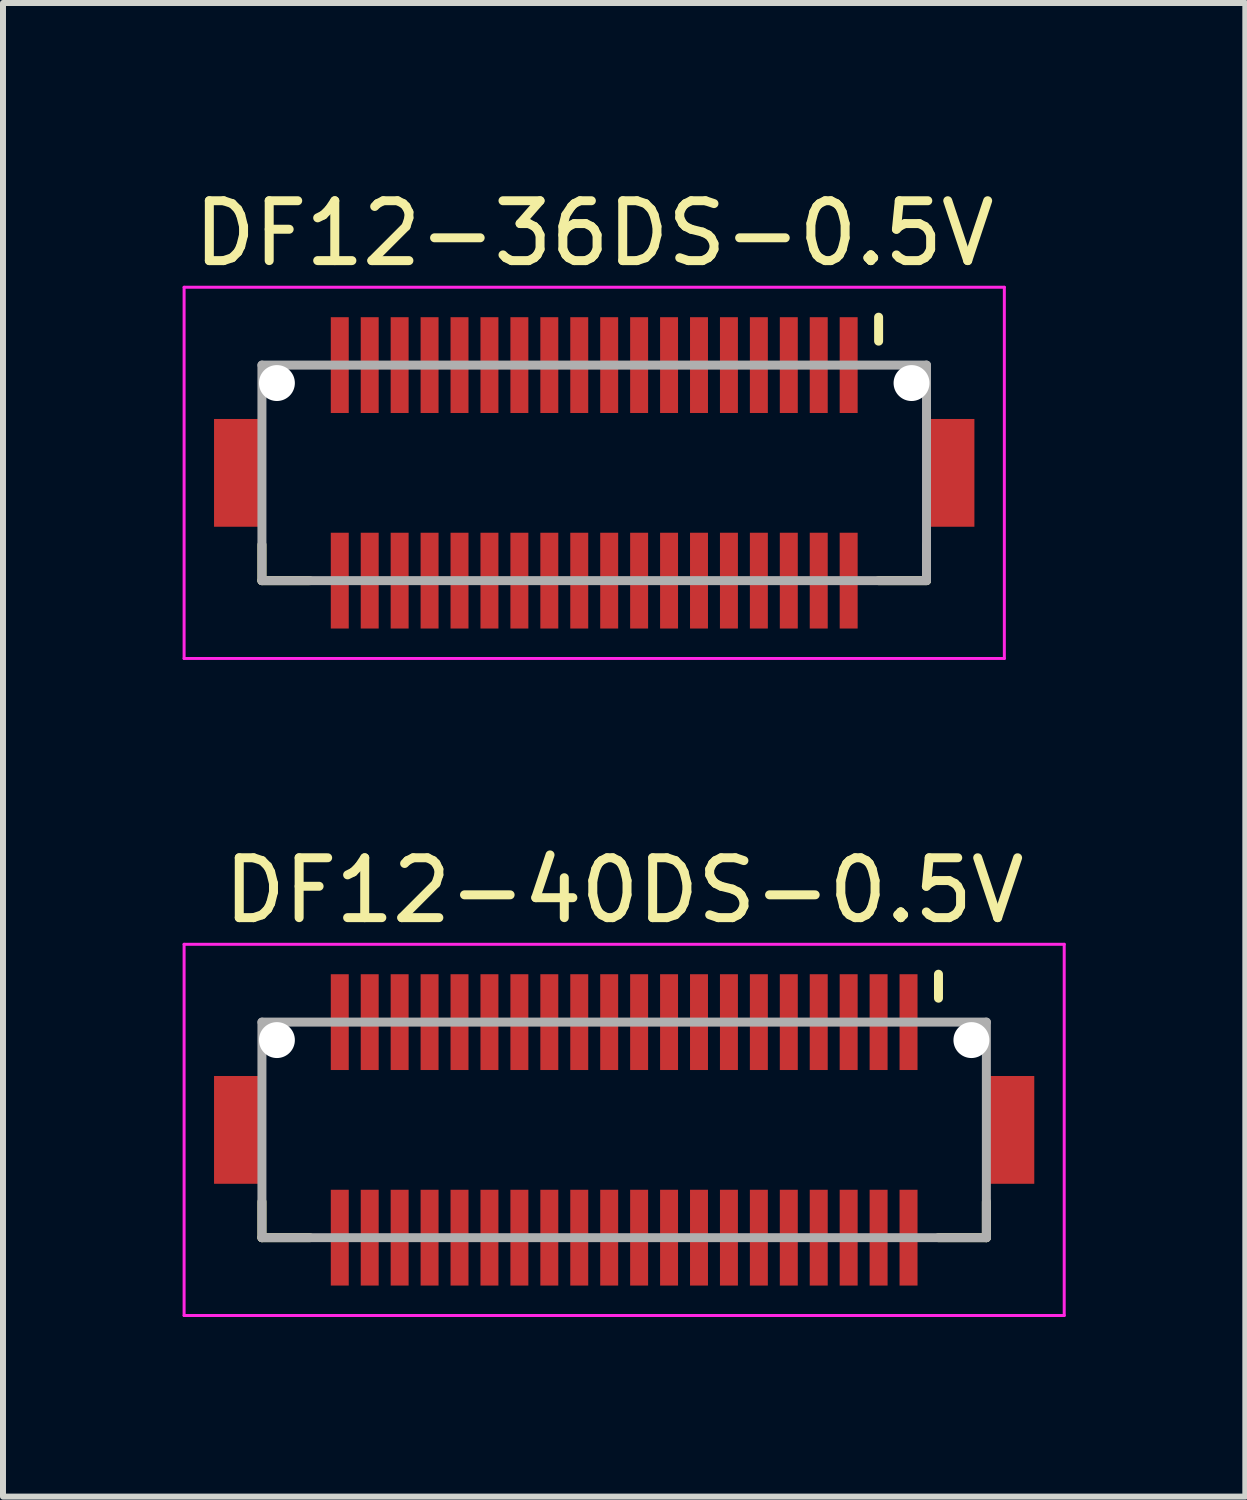
<source format=kicad_pcb>
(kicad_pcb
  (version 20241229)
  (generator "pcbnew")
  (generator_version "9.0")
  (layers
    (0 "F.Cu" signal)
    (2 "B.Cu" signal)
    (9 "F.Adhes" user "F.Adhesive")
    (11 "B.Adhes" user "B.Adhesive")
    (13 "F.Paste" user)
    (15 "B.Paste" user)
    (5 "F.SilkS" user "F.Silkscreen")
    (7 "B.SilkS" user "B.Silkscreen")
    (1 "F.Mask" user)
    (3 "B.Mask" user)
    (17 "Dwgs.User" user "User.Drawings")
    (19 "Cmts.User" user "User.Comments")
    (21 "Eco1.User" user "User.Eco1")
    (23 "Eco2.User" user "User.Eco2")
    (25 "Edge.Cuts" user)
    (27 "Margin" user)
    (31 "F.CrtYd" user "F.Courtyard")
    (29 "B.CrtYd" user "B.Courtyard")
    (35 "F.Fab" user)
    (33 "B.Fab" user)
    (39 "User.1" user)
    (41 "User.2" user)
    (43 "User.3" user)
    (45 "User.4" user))
  (footprint "DF12-40DS-0.5V"
    (layer "F.Cu")
    (at 7.375 15.822)
    (property "Reference" "DF12-40DS-0.5V" (at 0 -4 0) (layer "F.SilkS") (effects (font (size 1 1) (thickness 0.15))))
    (attr smd)
    (fp_line (start -6.05 1.2) (end -6.05 1.8) (stroke (width 0.15) (type solid)) (layer "F.SilkS"))
    (fp_line (start -6.05 1.8) (end -5.25 1.8) (stroke (width 0.15) (type solid)) (layer "F.SilkS"))
    (fp_line (start 5.25 -2.6) (end 5.25 -2.2) (stroke (width 0.15) (type solid)) (layer "F.SilkS"))
    (fp_line (start 5.25 1.8) (end 6.05 1.8) (stroke (width 0.15) (type solid)) (layer "F.SilkS"))
    (fp_line (start 6.05 1.2) (end 6.05 1.8) (stroke (width 0.15) (type solid)) (layer "F.SilkS"))
    (fp_line (start -7.35 -3.1) (end -7.35 3.1) (stroke (width 0.05) (type solid)) (layer "F.CrtYd"))
    (fp_line (start -7.35 -3.1) (end 7.35 -3.1) (stroke (width 0.05) (type solid)) (layer "F.CrtYd"))
    (fp_line (start -7.35 3.1) (end 7.35 3.1) (stroke (width 0.05) (type solid)) (layer "F.CrtYd"))
    (fp_line (start 7.35 -3.1) (end 7.35 3.1) (stroke (width 0.05) (type solid)) (layer "F.CrtYd"))
    (fp_line (start -6.05 -1.8) (end -6.05 1.8) (stroke (width 0.15) (type solid)) (layer "F.Fab"))
    (fp_line (start -6.05 -1.8) (end 6.05 -1.8) (stroke (width 0.15) (type solid)) (layer "F.Fab"))
    (fp_line (start -6.05 1.8) (end 6.05 1.8) (stroke (width 0.15) (type solid)) (layer "F.Fab"))
    (fp_line (start 6.05 -1.8) (end 6.05 1.8) (stroke (width 0.15) (type solid)) (layer "F.Fab"))
    (pad "" np_thru_hole circle (at -5.8 -1.5) (size 0.6 0.6) (drill 0.6) (layers "*.Cu" "*.Mask"))
    (pad "" np_thru_hole circle (at 5.8 -1.5) (size 0.6 0.6) (drill 0.6) (layers "*.Cu" "*.Mask"))
    (pad "1" smd rect (at 4.75 -1.8) (size 0.3 1.6) (layers "F.Cu" "F.Mask" "F.Paste"))
    (pad "2" smd rect (at 4.75 1.8) (size 0.3 1.6) (layers "F.Cu" "F.Mask" "F.Paste"))
    (pad "3" smd rect (at 4.25 -1.8) (size 0.3 1.6) (layers "F.Cu" "F.Mask" "F.Paste"))
    (pad "4" smd rect (at 4.25 1.8) (size 0.3 1.6) (layers "F.Cu" "F.Mask" "F.Paste"))
    (pad "5" smd rect (at 3.75 -1.8) (size 0.3 1.6) (layers "F.Cu" "F.Mask" "F.Paste"))
    (pad "6" smd rect (at 3.75 1.8) (size 0.3 1.6) (layers "F.Cu" "F.Mask" "F.Paste"))
    (pad "7" smd rect (at 3.25 -1.8) (size 0.3 1.6) (layers "F.Cu" "F.Mask" "F.Paste"))
    (pad "8" smd rect (at 3.25 1.8) (size 0.3 1.6) (layers "F.Cu" "F.Mask" "F.Paste"))
    (pad "9" smd rect (at 2.75 -1.8) (size 0.3 1.6) (layers "F.Cu" "F.Mask" "F.Paste"))
    (pad "10" smd rect (at 2.75 1.8) (size 0.3 1.6) (layers "F.Cu" "F.Mask" "F.Paste"))
    (pad "11" smd rect (at 2.25 -1.8) (size 0.3 1.6) (layers "F.Cu" "F.Mask" "F.Paste"))
    (pad "12" smd rect (at 2.25 1.8) (size 0.3 1.6) (layers "F.Cu" "F.Mask" "F.Paste"))
    (pad "13" smd rect (at 1.75 -1.8) (size 0.3 1.6) (layers "F.Cu" "F.Mask" "F.Paste"))
    (pad "14" smd rect (at 1.75 1.8) (size 0.3 1.6) (layers "F.Cu" "F.Mask" "F.Paste"))
    (pad "15" smd rect (at 1.25 -1.8) (size 0.3 1.6) (layers "F.Cu" "F.Mask" "F.Paste"))
    (pad "16" smd rect (at 1.25 1.8) (size 0.3 1.6) (layers "F.Cu" "F.Mask" "F.Paste"))
    (pad "17" smd rect (at 0.75 -1.8) (size 0.3 1.6) (layers "F.Cu" "F.Mask" "F.Paste"))
    (pad "18" smd rect (at 0.75 1.8) (size 0.3 1.6) (layers "F.Cu" "F.Mask" "F.Paste"))
    (pad "19" smd rect (at 0.25 -1.8) (size 0.3 1.6) (layers "F.Cu" "F.Mask" "F.Paste"))
    (pad "20" smd rect (at 0.25 1.8) (size 0.3 1.6) (layers "F.Cu" "F.Mask" "F.Paste"))
    (pad "21" smd rect (at -0.25 -1.8) (size 0.3 1.6) (layers "F.Cu" "F.Mask" "F.Paste"))
    (pad "22" smd rect (at -0.25 1.8) (size 0.3 1.6) (layers "F.Cu" "F.Mask" "F.Paste"))
    (pad "23" smd rect (at -0.75 -1.8) (size 0.3 1.6) (layers "F.Cu" "F.Mask" "F.Paste"))
    (pad "24" smd rect (at -0.75 1.8) (size 0.3 1.6) (layers "F.Cu" "F.Mask" "F.Paste"))
    (pad "25" smd rect (at -1.25 -1.8) (size 0.3 1.6) (layers "F.Cu" "F.Mask" "F.Paste"))
    (pad "26" smd rect (at -1.25 1.8) (size 0.3 1.6) (layers "F.Cu" "F.Mask" "F.Paste"))
    (pad "27" smd rect (at -1.75 -1.8) (size 0.3 1.6) (layers "F.Cu" "F.Mask" "F.Paste"))
    (pad "28" smd rect (at -1.75 1.8) (size 0.3 1.6) (layers "F.Cu" "F.Mask" "F.Paste"))
    (pad "29" smd rect (at -2.25 -1.8) (size 0.3 1.6) (layers "F.Cu" "F.Mask" "F.Paste"))
    (pad "30" smd rect (at -2.25 1.8) (size 0.3 1.6) (layers "F.Cu" "F.Mask" "F.Paste"))
    (pad "31" smd rect (at -2.75 -1.8) (size 0.3 1.6) (layers "F.Cu" "F.Mask" "F.Paste"))
    (pad "32" smd rect (at -2.75 1.8) (size 0.3 1.6) (layers "F.Cu" "F.Mask" "F.Paste"))
    (pad "33" smd rect (at -3.25 -1.8) (size 0.3 1.6) (layers "F.Cu" "F.Mask" "F.Paste"))
    (pad "34" smd rect (at -3.25 1.8) (size 0.3 1.6) (layers "F.Cu" "F.Mask" "F.Paste"))
    (pad "35" smd rect (at -3.75 -1.8) (size 0.3 1.6) (layers "F.Cu" "F.Mask" "F.Paste"))
    (pad "36" smd rect (at -3.75 1.8) (size 0.3 1.6) (layers "F.Cu" "F.Mask" "F.Paste"))
    (pad "37" smd rect (at -4.25 -1.8) (size 0.3 1.6) (layers "F.Cu" "F.Mask" "F.Paste"))
    (pad "38" smd rect (at -4.25 1.8) (size 0.3 1.6) (layers "F.Cu" "F.Mask" "F.Paste"))
    (pad "39" smd rect (at -4.75 -1.8) (size 0.3 1.6) (layers "F.Cu" "F.Mask" "F.Paste"))
    (pad "40" smd rect (at -4.75 1.8) (size 0.3 1.6) (layers "F.Cu" "F.Mask" "F.Paste"))
    (pad "S" smd rect (at -6.45 0) (size 0.8 1.8) (layers "F.Cu" "F.Mask" "F.Paste"))
    (pad "S" smd rect (at 6.45 0) (size 0.8 1.8) (layers "F.Cu" "F.Mask" "F.Paste")))
  (footprint "DF12-36DS-0.5V"
    (layer "F.Cu")
    (at 6.875 4.848)
    (property "Reference" "DF12-36DS-0.5V" (at 0 -4 0) (layer "F.SilkS") (effects (font (size 1 1) (thickness 0.15))))
    (attr smd)
    (fp_line (start -5.55 1.2) (end -5.55 1.8) (stroke (width 0.15) (type solid)) (layer "F.SilkS"))
    (fp_line (start -5.55 1.8) (end -4.75 1.8) (stroke (width 0.15) (type solid)) (layer "F.SilkS"))
    (fp_line (start 4.75 -2.6) (end 4.75 -2.2) (stroke (width 0.15) (type solid)) (layer "F.SilkS"))
    (fp_line (start 4.75 1.8) (end 5.55 1.8) (stroke (width 0.15) (type solid)) (layer "F.SilkS"))
    (fp_line (start 5.55 1.2) (end 5.55 1.8) (stroke (width 0.15) (type solid)) (layer "F.SilkS"))
    (fp_line (start -6.85 -3.1) (end -6.85 3.1) (stroke (width 0.05) (type solid)) (layer "F.CrtYd"))
    (fp_line (start -6.85 -3.1) (end 6.85 -3.1) (stroke (width 0.05) (type solid)) (layer "F.CrtYd"))
    (fp_line (start -6.85 3.1) (end 6.85 3.1) (stroke (width 0.05) (type solid)) (layer "F.CrtYd"))
    (fp_line (start 6.85 -3.1) (end 6.85 3.1) (stroke (width 0.05) (type solid)) (layer "F.CrtYd"))
    (fp_line (start -5.55 -1.8) (end -5.55 1.8) (stroke (width 0.15) (type solid)) (layer "F.Fab"))
    (fp_line (start -5.55 -1.8) (end 5.55 -1.8) (stroke (width 0.15) (type solid)) (layer "F.Fab"))
    (fp_line (start -5.55 1.8) (end 5.55 1.8) (stroke (width 0.15) (type solid)) (layer "F.Fab"))
    (fp_line (start 5.55 -1.8) (end 5.55 1.8) (stroke (width 0.15) (type solid)) (layer "F.Fab"))
    (pad "" np_thru_hole circle (at -5.3 -1.5) (size 0.6 0.6) (drill 0.6) (layers "*.Cu" "*.Mask"))
    (pad "" np_thru_hole circle (at 5.3 -1.5) (size 0.6 0.6) (drill 0.6) (layers "*.Cu" "*.Mask"))
    (pad "1" smd rect (at 4.25 -1.8) (size 0.3 1.6) (layers "F.Cu" "F.Mask" "F.Paste"))
    (pad "2" smd rect (at 4.25 1.8) (size 0.3 1.6) (layers "F.Cu" "F.Mask" "F.Paste"))
    (pad "3" smd rect (at 3.75 -1.8) (size 0.3 1.6) (layers "F.Cu" "F.Mask" "F.Paste"))
    (pad "4" smd rect (at 3.75 1.8) (size 0.3 1.6) (layers "F.Cu" "F.Mask" "F.Paste"))
    (pad "5" smd rect (at 3.25 -1.8) (size 0.3 1.6) (layers "F.Cu" "F.Mask" "F.Paste"))
    (pad "6" smd rect (at 3.25 1.8) (size 0.3 1.6) (layers "F.Cu" "F.Mask" "F.Paste"))
    (pad "7" smd rect (at 2.75 -1.8) (size 0.3 1.6) (layers "F.Cu" "F.Mask" "F.Paste"))
    (pad "8" smd rect (at 2.75 1.8) (size 0.3 1.6) (layers "F.Cu" "F.Mask" "F.Paste"))
    (pad "9" smd rect (at 2.25 -1.8) (size 0.3 1.6) (layers "F.Cu" "F.Mask" "F.Paste"))
    (pad "10" smd rect (at 2.25 1.8) (size 0.3 1.6) (layers "F.Cu" "F.Mask" "F.Paste"))
    (pad "11" smd rect (at 1.75 -1.8) (size 0.3 1.6) (layers "F.Cu" "F.Mask" "F.Paste"))
    (pad "12" smd rect (at 1.75 1.8) (size 0.3 1.6) (layers "F.Cu" "F.Mask" "F.Paste"))
    (pad "13" smd rect (at 1.25 -1.8) (size 0.3 1.6) (layers "F.Cu" "F.Mask" "F.Paste"))
    (pad "14" smd rect (at 1.25 1.8) (size 0.3 1.6) (layers "F.Cu" "F.Mask" "F.Paste"))
    (pad "15" smd rect (at 0.75 -1.8) (size 0.3 1.6) (layers "F.Cu" "F.Mask" "F.Paste"))
    (pad "16" smd rect (at 0.75 1.8) (size 0.3 1.6) (layers "F.Cu" "F.Mask" "F.Paste"))
    (pad "17" smd rect (at 0.25 -1.8) (size 0.3 1.6) (layers "F.Cu" "F.Mask" "F.Paste"))
    (pad "18" smd rect (at 0.25 1.8) (size 0.3 1.6) (layers "F.Cu" "F.Mask" "F.Paste"))
    (pad "19" smd rect (at -0.25 -1.8) (size 0.3 1.6) (layers "F.Cu" "F.Mask" "F.Paste"))
    (pad "20" smd rect (at -0.25 1.8) (size 0.3 1.6) (layers "F.Cu" "F.Mask" "F.Paste"))
    (pad "21" smd rect (at -0.75 -1.8) (size 0.3 1.6) (layers "F.Cu" "F.Mask" "F.Paste"))
    (pad "22" smd rect (at -0.75 1.8) (size 0.3 1.6) (layers "F.Cu" "F.Mask" "F.Paste"))
    (pad "23" smd rect (at -1.25 -1.8) (size 0.3 1.6) (layers "F.Cu" "F.Mask" "F.Paste"))
    (pad "24" smd rect (at -1.25 1.8) (size 0.3 1.6) (layers "F.Cu" "F.Mask" "F.Paste"))
    (pad "25" smd rect (at -1.75 -1.8) (size 0.3 1.6) (layers "F.Cu" "F.Mask" "F.Paste"))
    (pad "26" smd rect (at -1.75 1.8) (size 0.3 1.6) (layers "F.Cu" "F.Mask" "F.Paste"))
    (pad "27" smd rect (at -2.25 -1.8) (size 0.3 1.6) (layers "F.Cu" "F.Mask" "F.Paste"))
    (pad "28" smd rect (at -2.25 1.8) (size 0.3 1.6) (layers "F.Cu" "F.Mask" "F.Paste"))
    (pad "29" smd rect (at -2.75 -1.8) (size 0.3 1.6) (layers "F.Cu" "F.Mask" "F.Paste"))
    (pad "30" smd rect (at -2.75 1.8) (size 0.3 1.6) (layers "F.Cu" "F.Mask" "F.Paste"))
    (pad "31" smd rect (at -3.25 -1.8) (size 0.3 1.6) (layers "F.Cu" "F.Mask" "F.Paste"))
    (pad "32" smd rect (at -3.25 1.8) (size 0.3 1.6) (layers "F.Cu" "F.Mask" "F.Paste"))
    (pad "33" smd rect (at -3.75 -1.8) (size 0.3 1.6) (layers "F.Cu" "F.Mask" "F.Paste"))
    (pad "34" smd rect (at -3.75 1.8) (size 0.3 1.6) (layers "F.Cu" "F.Mask" "F.Paste"))
    (pad "35" smd rect (at -4.25 -1.8) (size 0.3 1.6) (layers "F.Cu" "F.Mask" "F.Paste"))
    (pad "36" smd rect (at -4.25 1.8) (size 0.3 1.6) (layers "F.Cu" "F.Mask" "F.Paste"))
    (pad "S" smd rect (at -5.95 0) (size 0.8 1.8) (layers "F.Cu" "F.Mask" "F.Paste"))
    (pad "S" smd rect (at 5.95 0) (size 0.8 1.8) (layers "F.Cu" "F.Mask" "F.Paste")))
  (gr_rect
    (start -3 -3)
    (end 17.75 21.947)
    (stroke (width 0.1) (type default))
    (fill no)
    (layer "Edge.Cuts")))
</source>
